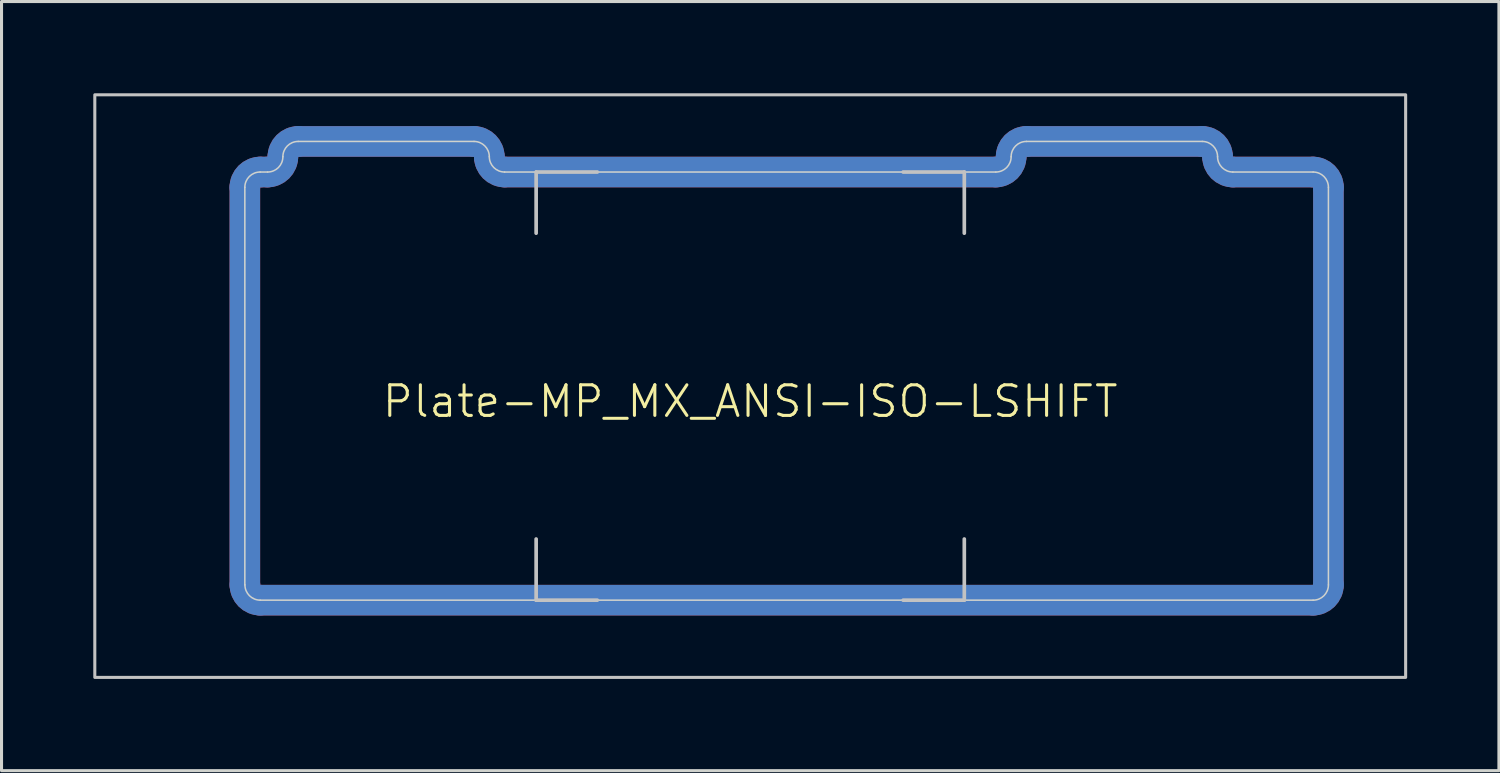
<source format=kicad_pcb>
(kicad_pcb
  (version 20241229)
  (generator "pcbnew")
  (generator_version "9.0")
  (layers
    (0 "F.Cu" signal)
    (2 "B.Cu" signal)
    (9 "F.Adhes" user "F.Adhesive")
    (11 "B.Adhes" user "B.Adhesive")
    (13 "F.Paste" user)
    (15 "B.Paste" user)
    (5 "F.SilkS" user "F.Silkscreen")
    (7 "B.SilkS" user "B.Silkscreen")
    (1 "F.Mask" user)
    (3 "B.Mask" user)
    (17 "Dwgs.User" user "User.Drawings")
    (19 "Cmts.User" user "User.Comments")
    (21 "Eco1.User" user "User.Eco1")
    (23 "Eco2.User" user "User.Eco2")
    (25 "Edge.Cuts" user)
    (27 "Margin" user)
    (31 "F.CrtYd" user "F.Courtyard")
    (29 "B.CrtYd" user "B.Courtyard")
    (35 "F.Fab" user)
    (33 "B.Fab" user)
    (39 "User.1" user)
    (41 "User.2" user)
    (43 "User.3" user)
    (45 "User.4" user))
  (footprint "Plate-MP_MX_ANSI-ISO-LSHIFT"
    (layer "F.Cu")
    (at 21.481 9.575)
    (property "Reference" "Plate-MP_MX_ANSI-ISO-LSHIFT" (at 0 0.5 0) (unlocked yes) (layer "F.SilkS") (effects (font (size 1 1) (thickness 0.1))))
    (attr exclude_from_pos_files exclude_from_bom allow_missing_courtyard)
    (fp_line (start -16.525 -6.5) (end -16.525 6.5) (stroke (width 1) (type default)) (layer "F.Cu"))
    (fp_line (start -16.025 7) (end 18.406 7) (stroke (width 1) (type default)) (layer "F.Cu"))
    (fp_line (start -15.781 -7) (end -16.025 -7) (stroke (width 1) (type default)) (layer "F.Cu"))
    (fp_line (start -9.031 -8) (end -14.781 -8) (stroke (width 1) (type default)) (layer "F.Cu"))
    (fp_line (start 8.031 -7) (end -8.031 -7) (stroke (width 1) (type default)) (layer "F.Cu"))
    (fp_line (start 14.781 -8) (end 9.031 -8) (stroke (width 1) (type default)) (layer "F.Cu"))
    (fp_line (start 18.406 -7) (end 15.781 -7) (stroke (width 1) (type default)) (layer "F.Cu"))
    (fp_line (start 18.906 6.5) (end 18.906 -6.5) (stroke (width 1) (type default)) (layer "F.Cu"))
    (fp_arc (start -16.525 -6.5) (mid -16.378553 -6.853553) (end -16.025 -7) (stroke (width 1) (type default)) (layer "F.Cu"))
    (fp_arc (start -16.022236 6.998884) (mid -16.375789 6.852437) (end -16.522236 6.498884) (stroke (width 1) (type default)) (layer "F.Cu"))
    (fp_arc (start -15.28125 -7.500001) (mid -15.427687 -7.146438) (end -15.78125 -7.000001) (stroke (width 1) (type default)) (layer "F.Cu"))
    (fp_arc (start -15.28125 -7.500001) (mid -15.134806 -7.853571) (end -14.78125 -8.000001) (stroke (width 1) (type default)) (layer "F.Cu"))
    (fp_arc (start -9.03125 -8.000001) (mid -8.677729 -7.853537) (end -8.53125 -7.500001) (stroke (width 1) (type default)) (layer "F.Cu"))
    (fp_arc (start -8.03125 -7.000001) (mid -8.384813 -7.146438) (end -8.53125 -7.500001) (stroke (width 1) (type default)) (layer "F.Cu"))
    (fp_arc (start 8.53125 -7.500001) (mid 8.384813 -7.146438) (end 8.03125 -7.000001) (stroke (width 1) (type default)) (layer "F.Cu"))
    (fp_arc (start 8.53125 -7.500001) (mid 8.677697 -7.853554) (end 9.03125 -8.000001) (stroke (width 1) (type default)) (layer "F.Cu"))
    (fp_arc (start 14.78125 -8.000001) (mid 15.134803 -7.853554) (end 15.28125 -7.500001) (stroke (width 1) (type default)) (layer "F.Cu"))
    (fp_arc (start 15.78125 -7.000001) (mid 15.427687 -7.146438) (end 15.28125 -7.500001) (stroke (width 1) (type default)) (layer "F.Cu"))
    (fp_arc (start 18.40625 -7) (mid 18.759803 -6.853553) (end 18.90625 -6.5) (stroke (width 1) (type default)) (layer "F.Cu"))
    (fp_arc (start 18.90625 6.5) (mid 18.759803 6.853553) (end 18.40625 7) (stroke (width 1) (type default)) (layer "F.Cu"))
    (fp_line (start -16.525 -6.5) (end -16.525 6.5) (stroke (width 1.1) (type default)) (layer "F.Mask"))
    (fp_line (start -16.025 7) (end 18.406 7) (stroke (width 1.1) (type default)) (layer "F.Mask"))
    (fp_line (start -15.781 -7) (end -16.025 -7) (stroke (width 1.1) (type default)) (layer "F.Mask"))
    (fp_line (start -9.031 -8) (end -14.781 -8) (stroke (width 1.1) (type default)) (layer "F.Mask"))
    (fp_line (start 8.031 -7) (end -8.031 -7) (stroke (width 1.1) (type default)) (layer "F.Mask"))
    (fp_line (start 14.781 -8) (end 9.031 -8) (stroke (width 1.1) (type default)) (layer "F.Mask"))
    (fp_line (start 18.406 -7) (end 15.781 -7) (stroke (width 1.1) (type default)) (layer "F.Mask"))
    (fp_line (start 18.906 6.5) (end 18.906 -6.5) (stroke (width 1.1) (type default)) (layer "F.Mask"))
    (fp_arc (start -16.525 -6.5) (mid -16.378553 -6.853553) (end -16.025 -7) (stroke (width 1.1) (type default)) (layer "F.Mask"))
    (fp_arc (start -16.022236 6.998884) (mid -16.375789 6.852437) (end -16.522236 6.498884) (stroke (width 1.1) (type default)) (layer "F.Mask"))
    (fp_arc (start -15.28125 -7.500001) (mid -15.427687 -7.146438) (end -15.78125 -7.000001) (stroke (width 1.1) (type default)) (layer "F.Mask"))
    (fp_arc (start -15.28125 -7.500001) (mid -15.134806 -7.853571) (end -14.78125 -8.000001) (stroke (width 1.1) (type default)) (layer "F.Mask"))
    (fp_arc (start -9.03125 -8.000001) (mid -8.677729 -7.853537) (end -8.53125 -7.500001) (stroke (width 1.1) (type default)) (layer "F.Mask"))
    (fp_arc (start -8.03125 -7.000001) (mid -8.384813 -7.146438) (end -8.53125 -7.500001) (stroke (width 1.1) (type default)) (layer "F.Mask"))
    (fp_arc (start 8.53125 -7.500001) (mid 8.384813 -7.146438) (end 8.03125 -7.000001) (stroke (width 1.1) (type default)) (layer "F.Mask"))
    (fp_arc (start 8.53125 -7.500001) (mid 8.677697 -7.853554) (end 9.03125 -8.000001) (stroke (width 1.1) (type default)) (layer "F.Mask"))
    (fp_arc (start 14.78125 -8.000001) (mid 15.134803 -7.853554) (end 15.28125 -7.500001) (stroke (width 1.1) (type default)) (layer "F.Mask"))
    (fp_arc (start 15.78125 -7.000001) (mid 15.427687 -7.146438) (end 15.28125 -7.500001) (stroke (width 1.1) (type default)) (layer "F.Mask"))
    (fp_arc (start 18.40625 -7) (mid 18.759803 -6.853553) (end 18.90625 -6.5) (stroke (width 1.1) (type default)) (layer "F.Mask"))
    (fp_arc (start 18.90625 6.5) (mid 18.759803 6.853553) (end 18.40625 7) (stroke (width 1.1) (type default)) (layer "F.Mask"))
    (fp_line (start -16.525 -6.5) (end -16.525 6.5) (stroke (width 1) (type default)) (layer "B.Cu"))
    (fp_line (start -16.025 7) (end 18.406 7) (stroke (width 1) (type default)) (layer "B.Cu"))
    (fp_line (start -15.781 -7) (end -16.025 -7) (stroke (width 1) (type default)) (layer "B.Cu"))
    (fp_line (start -9.031 -8) (end -14.781 -8) (stroke (width 1) (type default)) (layer "B.Cu"))
    (fp_line (start 8.031 -7) (end -8.031 -7) (stroke (width 1) (type default)) (layer "B.Cu"))
    (fp_line (start 14.781 -8) (end 9.031 -8) (stroke (width 1) (type default)) (layer "B.Cu"))
    (fp_line (start 18.406 -7) (end 15.781 -7) (stroke (width 1) (type default)) (layer "B.Cu"))
    (fp_line (start 18.906 6.5) (end 18.906 -6.5) (stroke (width 1) (type default)) (layer "B.Cu"))
    (fp_arc (start -16.525 -6.5) (mid -16.378553 -6.853553) (end -16.025 -7) (stroke (width 1) (type default)) (layer "B.Cu"))
    (fp_arc (start -16.022236 6.998884) (mid -16.375789 6.852437) (end -16.522236 6.498884) (stroke (width 1) (type default)) (layer "B.Cu"))
    (fp_arc (start -15.28125 -7.500001) (mid -15.427687 -7.146438) (end -15.78125 -7.000001) (stroke (width 1) (type default)) (layer "B.Cu"))
    (fp_arc (start -15.28125 -7.500001) (mid -15.134806 -7.853571) (end -14.78125 -8.000001) (stroke (width 1) (type default)) (layer "B.Cu"))
    (fp_arc (start -9.03125 -8.000001) (mid -8.677729 -7.853537) (end -8.53125 -7.500001) (stroke (width 1) (type default)) (layer "B.Cu"))
    (fp_arc (start -8.03125 -7.000001) (mid -8.384813 -7.146438) (end -8.53125 -7.500001) (stroke (width 1) (type default)) (layer "B.Cu"))
    (fp_arc (start 8.53125 -7.500001) (mid 8.384813 -7.146438) (end 8.03125 -7.000001) (stroke (width 1) (type default)) (layer "B.Cu"))
    (fp_arc (start 8.53125 -7.500001) (mid 8.677697 -7.853554) (end 9.03125 -8.000001) (stroke (width 1) (type default)) (layer "B.Cu"))
    (fp_arc (start 14.78125 -8.000001) (mid 15.134803 -7.853554) (end 15.28125 -7.500001) (stroke (width 1) (type default)) (layer "B.Cu"))
    (fp_arc (start 15.78125 -7.000001) (mid 15.427687 -7.146438) (end 15.28125 -7.500001) (stroke (width 1) (type default)) (layer "B.Cu"))
    (fp_arc (start 18.40625 -7) (mid 18.759803 -6.853553) (end 18.90625 -6.5) (stroke (width 1) (type default)) (layer "B.Cu"))
    (fp_arc (start 18.90625 6.5) (mid 18.759803 6.853553) (end 18.40625 7) (stroke (width 1) (type default)) (layer "B.Cu"))
    (fp_line (start -16.525 -6.5) (end -16.525 6.5) (stroke (width 1.1) (type default)) (layer "B.Mask"))
    (fp_line (start -16.025 7) (end 18.406 7) (stroke (width 1.1) (type default)) (layer "B.Mask"))
    (fp_line (start -15.781 -7) (end -16.025 -7) (stroke (width 1.1) (type default)) (layer "B.Mask"))
    (fp_line (start -9.031 -8) (end -14.781 -8) (stroke (width 1.1) (type default)) (layer "B.Mask"))
    (fp_line (start 8.031 -7) (end -8.031 -7) (stroke (width 1.1) (type default)) (layer "B.Mask"))
    (fp_line (start 14.781 -8) (end 9.031 -8) (stroke (width 1.1) (type default)) (layer "B.Mask"))
    (fp_line (start 18.406 -7) (end 15.781 -7) (stroke (width 1.1) (type default)) (layer "B.Mask"))
    (fp_line (start 18.906 6.5) (end 18.906 -6.5) (stroke (width 1.1) (type default)) (layer "B.Mask"))
    (fp_arc (start -16.525 -6.5) (mid -16.378553 -6.853553) (end -16.025 -7) (stroke (width 1.1) (type default)) (layer "B.Mask"))
    (fp_arc (start -16.022236 6.998884) (mid -16.375789 6.852437) (end -16.522236 6.498884) (stroke (width 1.1) (type default)) (layer "B.Mask"))
    (fp_arc (start -15.28125 -7.500001) (mid -15.427687 -7.146438) (end -15.78125 -7.000001) (stroke (width 1.1) (type default)) (layer "B.Mask"))
    (fp_arc (start -15.28125 -7.500001) (mid -15.134806 -7.853571) (end -14.78125 -8.000001) (stroke (width 1.1) (type default)) (layer "B.Mask"))
    (fp_arc (start -9.03125 -8.000001) (mid -8.677729 -7.853537) (end -8.53125 -7.500001) (stroke (width 1.1) (type default)) (layer "B.Mask"))
    (fp_arc (start -8.03125 -7.000001) (mid -8.384813 -7.146438) (end -8.53125 -7.500001) (stroke (width 1.1) (type default)) (layer "B.Mask"))
    (fp_arc (start 8.53125 -7.500001) (mid 8.384813 -7.146438) (end 8.03125 -7.000001) (stroke (width 1.1) (type default)) (layer "B.Mask"))
    (fp_arc (start 8.53125 -7.500001) (mid 8.677697 -7.853554) (end 9.03125 -8.000001) (stroke (width 1.1) (type default)) (layer "B.Mask"))
    (fp_arc (start 14.78125 -8.000001) (mid 15.134803 -7.853554) (end 15.28125 -7.500001) (stroke (width 1.1) (type default)) (layer "B.Mask"))
    (fp_arc (start 15.78125 -7.000001) (mid 15.427687 -7.146438) (end 15.28125 -7.500001) (stroke (width 1.1) (type default)) (layer "B.Mask"))
    (fp_arc (start 18.40625 -7) (mid 18.759803 -6.853553) (end 18.90625 -6.5) (stroke (width 1.1) (type default)) (layer "B.Mask"))
    (fp_arc (start 18.90625 6.5) (mid 18.759803 6.853553) (end 18.40625 7) (stroke (width 1.1) (type default)) (layer "B.Mask"))
    (fp_line (start -7 -7) (end -7 -5) (stroke (width 0.12) (type solid)) (layer "Dwgs.User"))
    (fp_line (start -7 7) (end -7 5) (stroke (width 0.12) (type solid)) (layer "Dwgs.User"))
    (fp_line (start -5 -7) (end -7 -7) (stroke (width 0.12) (type solid)) (layer "Dwgs.User"))
    (fp_line (start -5 7) (end -7 7) (stroke (width 0.12) (type solid)) (layer "Dwgs.User"))
    (fp_line (start 5 -7) (end 7 -7) (stroke (width 0.12) (type solid)) (layer "Dwgs.User"))
    (fp_line (start 7 -7) (end 7 -5) (stroke (width 0.12) (type solid)) (layer "Dwgs.User"))
    (fp_line (start 7 5) (end 7 7) (stroke (width 0.12) (type solid)) (layer "Dwgs.User"))
    (fp_line (start 7 7) (end 5 7) (stroke (width 0.12) (type solid)) (layer "Dwgs.User"))
    (fp_rect (start 21.431 9.525) (end -21.431 -9.525) (stroke (width 0.1) (type solid)) (fill no) (layer "Dwgs.User"))
    (fp_line (start -16.525 -6.5) (end -16.525 6.5) (stroke (width 0.05) (type solid)) (layer "Edge.Cuts"))
    (fp_line (start -16.025 7) (end 18.406 7) (stroke (width 0.05) (type solid)) (layer "Edge.Cuts"))
    (fp_line (start -15.781 -7) (end -16.025 -7) (stroke (width 0.05) (type default)) (layer "Edge.Cuts"))
    (fp_line (start -9.031 -8) (end -14.781 -8) (stroke (width 0.05) (type solid)) (layer "Edge.Cuts"))
    (fp_line (start 8.031 -7) (end -8.031 -7) (stroke (width 0.05) (type default)) (layer "Edge.Cuts"))
    (fp_line (start 14.781 -8) (end 9.031 -8) (stroke (width 0.05) (type solid)) (layer "Edge.Cuts"))
    (fp_line (start 18.406 -7) (end 15.781 -7) (stroke (width 0.05) (type default)) (layer "Edge.Cuts"))
    (fp_line (start 18.906 6.5) (end 18.906 -6.5) (stroke (width 0.05) (type solid)) (layer "Edge.Cuts"))
    (fp_arc (start -16.525 -6.5) (mid -16.378553 -6.853553) (end -16.025 -7) (stroke (width 0.05) (type solid)) (layer "Edge.Cuts"))
    (fp_arc (start -16.022236 6.998884) (mid -16.375789 6.852437) (end -16.522236 6.498884) (stroke (width 0.05) (type solid)) (layer "Edge.Cuts"))
    (fp_arc (start -15.28125 -7.500001) (mid -15.427687 -7.146438) (end -15.78125 -7.000001) (stroke (width 0.05) (type solid)) (layer "Edge.Cuts"))
    (fp_arc (start -15.28125 -7.500001) (mid -15.134806 -7.853571) (end -14.78125 -8.000001) (stroke (width 0.05) (type solid)) (layer "Edge.Cuts"))
    (fp_arc (start -9.03125 -8.000001) (mid -8.677729 -7.853537) (end -8.53125 -7.500001) (stroke (width 0.05) (type solid)) (layer "Edge.Cuts"))
    (fp_arc (start -8.03125 -7.000001) (mid -8.384813 -7.146438) (end -8.53125 -7.500001) (stroke (width 0.05) (type solid)) (layer "Edge.Cuts"))
    (fp_arc (start 8.53125 -7.500001) (mid 8.384813 -7.146438) (end 8.03125 -7.000001) (stroke (width 0.05) (type solid)) (layer "Edge.Cuts"))
    (fp_arc (start 8.53125 -7.500001) (mid 8.677697 -7.853554) (end 9.03125 -8.000001) (stroke (width 0.05) (type solid)) (layer "Edge.Cuts"))
    (fp_arc (start 14.78125 -8.000001) (mid 15.134803 -7.853554) (end 15.28125 -7.500001) (stroke (width 0.05) (type solid)) (layer "Edge.Cuts"))
    (fp_arc (start 15.78125 -7.000001) (mid 15.427687 -7.146438) (end 15.28125 -7.500001) (stroke (width 0.05) (type solid)) (layer "Edge.Cuts"))
    (fp_arc (start 18.40625 -7) (mid 18.759803 -6.853553) (end 18.90625 -6.5) (stroke (width 0.05) (type solid)) (layer "Edge.Cuts"))
    (fp_arc (start 18.90625 6.5) (mid 18.759803 6.853553) (end 18.40625 7) (stroke (width 0.05) (type solid)) (layer "Edge.Cuts")))
  (gr_rect
    (start -3 -3)
    (end 45.962 22.15)
    (stroke (width 0.1) (type default))
    (fill no)
    (layer "Edge.Cuts")))
</source>
